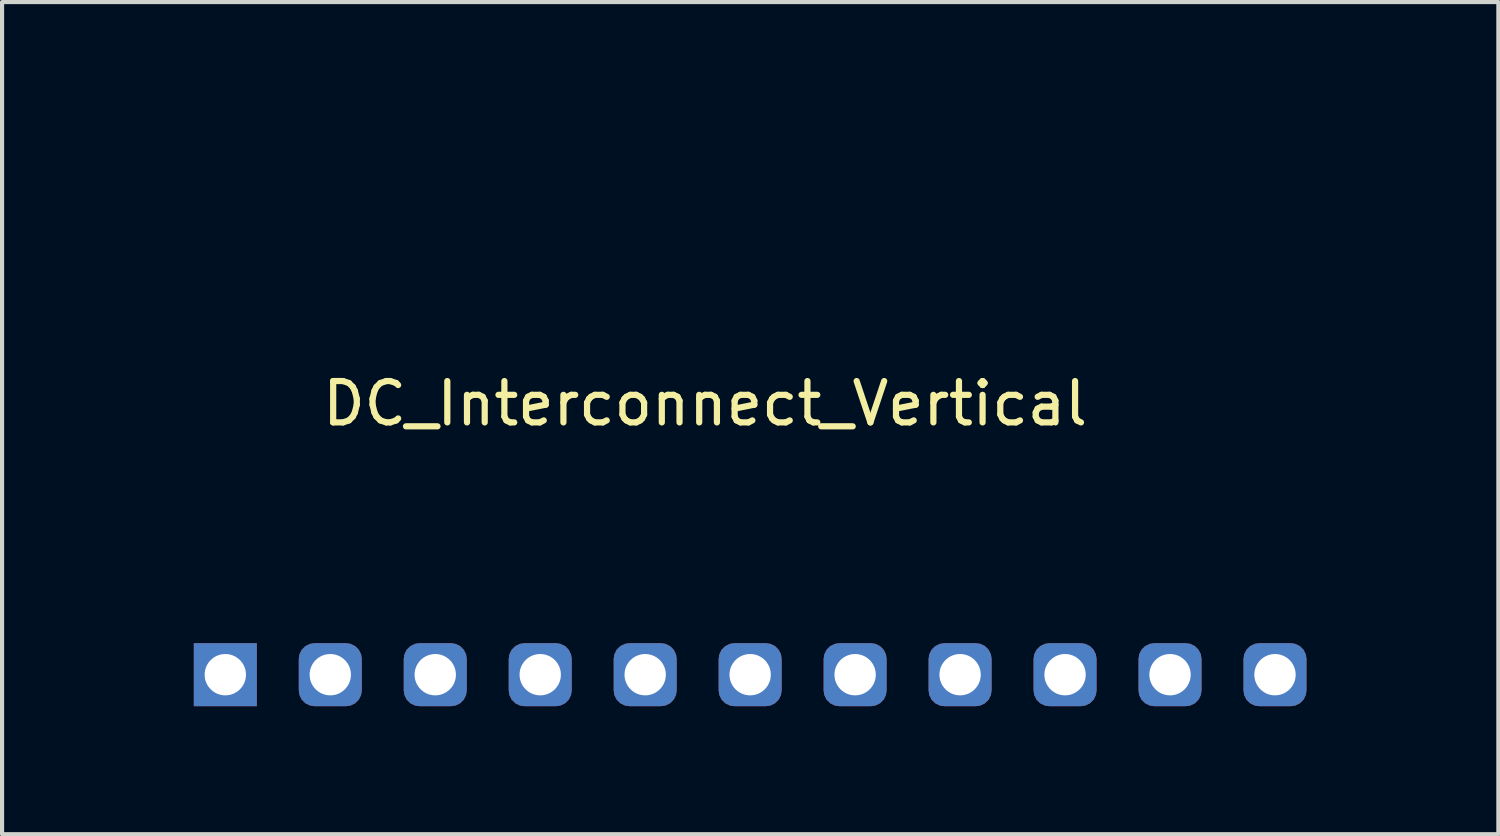
<source format=kicad_pcb>
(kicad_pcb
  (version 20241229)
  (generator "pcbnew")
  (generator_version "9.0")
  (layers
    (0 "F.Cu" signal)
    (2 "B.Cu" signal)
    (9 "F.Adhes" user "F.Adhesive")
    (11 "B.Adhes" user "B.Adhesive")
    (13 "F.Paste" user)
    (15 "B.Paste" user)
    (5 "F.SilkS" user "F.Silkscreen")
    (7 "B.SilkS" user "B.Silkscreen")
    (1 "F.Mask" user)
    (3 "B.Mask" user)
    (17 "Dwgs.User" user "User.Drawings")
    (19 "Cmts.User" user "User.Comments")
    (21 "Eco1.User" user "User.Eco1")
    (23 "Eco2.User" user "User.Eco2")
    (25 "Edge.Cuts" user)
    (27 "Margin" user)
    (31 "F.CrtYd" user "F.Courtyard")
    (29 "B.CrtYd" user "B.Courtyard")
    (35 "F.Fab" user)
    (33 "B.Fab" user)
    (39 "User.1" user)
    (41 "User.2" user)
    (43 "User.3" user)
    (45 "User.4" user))
  (footprint "DC_Interconnect_Vertical"
    (layer "F.Cu")
    (at 14.012 7.216)
    (property "Reference" "DC_Interconnect_Vertical" (at 0 -0.5 0) (unlocked yes) (layer "F.SilkS") (effects (font (size 1 1) (thickness 0.15))))
    (attr through_hole)
    (fp_poly (pts (xy 4.933 -3.451) (xy 3.941 -3.451) (xy 3.941 -4.729) (xy 2.562 -4.729) (xy 2.193 -4.729) (xy 0.596 -4.729) (xy 0.226 -4.729) (xy -1.371 -4.729) (xy -1.758 -4.729) (xy -3.338 -4.729) (xy -3.724 -4.729) (xy -5.305 -4.729) (xy -5.691 -4.729) (xy -7.288 -4.729) (xy -7.658 -4.729) (xy -9.255 -4.729) (xy -9.625 -4.729) (xy -11.222 -4.729) (xy -11.592 -4.729) (xy -11.592 -5.25) (xy -11.222 -5.25) (xy -11.222 -4.729) (xy -9.625 -4.729) (xy -9.625 -5.25) (xy -9.255 -5.25) (xy -9.255 -4.729) (xy -7.658 -4.729) (xy -7.658 -5.25) (xy -7.288 -5.25) (xy -7.288 -4.729) (xy -5.691 -4.729) (xy -5.691 -5.25) (xy -5.305 -5.25) (xy -5.305 -4.729) (xy -3.724 -4.729) (xy -3.724 -5.25) (xy -3.338 -5.25) (xy -3.338 -4.729) (xy -1.758 -4.729) (xy -1.758 -5.25) (xy -1.371 -5.25) (xy -1.371 -4.729) (xy 0.226 -4.729) (xy 0.226 -5.25) (xy 0.596 -5.25) (xy 0.596 -4.729) (xy 2.193 -4.729) (xy 2.193 -5.25) (xy 2.562 -5.25) (xy 2.562 -4.729) (xy 3.941 -4.729) (xy 3.941 -7.166) (xy -13.962 -7.166) (xy -13.962 6.87) (xy 16.145 6.87) (xy 16.145 6.071) (xy 14.025 6.071) (xy 14.008 6.157) (xy 13.997 6.181) (xy 13.95 6.24) (xy 13.884 6.28) (xy 13.806 6.297) (xy 13.726 6.291) (xy 13.655 6.26) (xy 13.596 6.202) (xy 13.561 6.13) (xy 13.556 6.092) (xy 11.487 6.092) (xy 11.46 6.176) (xy 11.458 6.18) (xy 11.408 6.241) (xy 11.338 6.281) (xy 11.259 6.298) (xy 11.178 6.289) (xy 11.124 6.266) (xy 11.058 6.21) (xy 11.021 6.139) (xy 11.012 6.066) (xy 11.012 6.064) (xy 8.95 6.064) (xy 8.935 6.145) (xy 8.894 6.213) (xy 8.834 6.263) (xy 8.761 6.293) (xy 8.681 6.299) (xy 8.601 6.275) (xy 8.598 6.274) (xy 8.528 6.221) (xy 8.485 6.15) (xy 8.474 6.093) (xy 6.408 6.093) (xy 6.381 6.175) (xy 6.331 6.239) (xy 6.262 6.281) (xy 6.183 6.299) (xy 6.102 6.29) (xy 6.047 6.266) (xy 5.978 6.207) (xy 5.939 6.133) (xy 5.931 6.059) (xy 3.873 6.059) (xy 3.86 6.13) (xy 3.827 6.198) (xy 3.781 6.253) (xy 3.754 6.271) (xy 3.679 6.294) (xy 3.598 6.294) (xy 3.522 6.274) (xy 3.47 6.24) (xy 3.418 6.17) (xy 3.393 6.092) (xy 3.395 6.021) (xy 1.328 6.021) (xy 1.326 6.107) (xy 1.297 6.182) (xy 1.246 6.241) (xy 1.178 6.28) (xy 1.099 6.297) (xy 1.014 6.287) (xy 0.97 6.271) (xy 0.918 6.229) (xy 0.876 6.167) (xy 0.852 6.094) (xy 0.852 6.093) (xy -1.209 6.093) (xy -1.237 6.176) (xy -1.29 6.24) (xy -1.359 6.281) (xy -1.44 6.298) (xy -1.527 6.287) (xy -1.567 6.271) (xy -1.626 6.226) (xy -1.666 6.16) (xy -1.686 6.083) (xy -1.684 6.044) (xy -3.75 6.044) (xy -3.756 6.124) (xy -3.785 6.194) (xy -3.841 6.251) (xy -3.914 6.286) (xy -3.996 6.297) (xy -4.079 6.282) (xy -4.11 6.268) (xy -4.173 6.217) (xy -4.212 6.147) (xy -4.225 6.076) (xy -6.291 6.076) (xy -6.301 6.147) (xy -6.319 6.188) (xy -6.378 6.249) (xy -6.454 6.286) (xy -6.538 6.297) (xy -6.623 6.28) (xy -6.648 6.268) (xy -6.71 6.218) (xy -6.749 6.151) (xy -6.765 6.075) (xy -6.763 6.052) (xy -8.831 6.052) (xy -8.844 6.141) (xy -8.882 6.213) (xy -8.942 6.265) (xy -9.017 6.294) (xy -9.102 6.296) (xy -9.18 6.274) (xy -9.242 6.232) (xy -9.283 6.171) (xy -9.303 6.097) (xy -9.302 6.054) (xy -11.373 6.054) (xy -11.387 6.147) (xy -11.426 6.22) (xy -11.488 6.271) (xy -11.57 6.296) (xy -11.608 6.299) (xy -11.681 6.289) (xy -11.738 6.266) (xy -11.797 6.212) (xy -11.832 6.142) (xy -11.844 6.064) (xy -11.832 5.984) (xy -11.797 5.912) (xy -11.739 5.854) (xy -11.735 5.852) (xy -11.691 5.834) (xy -11.632 5.824) (xy -11.612 5.823) (xy -11.521 5.835) (xy -11.449 5.874) (xy -11.399 5.935) (xy -11.375 6.018) (xy -11.373 6.054) (xy -9.302 6.054) (xy -9.301 6.02) (xy -9.278 5.945) (xy -9.232 5.881) (xy -9.197 5.852) (xy -9.153 5.834) (xy -9.094 5.824) (xy -9.074 5.823) (xy -8.983 5.836) (xy -8.91 5.875) (xy -8.859 5.937) (xy -8.833 6.018) (xy -8.831 6.052) (xy -6.763 6.052) (xy -6.758 5.998) (xy -6.729 5.927) (xy -6.677 5.869) (xy -6.641 5.846) (xy -6.562 5.824) (xy -6.48 5.827) (xy -6.405 5.852) (xy -6.344 5.898) (xy -6.319 5.933) (xy -6.297 6) (xy -6.291 6.076) (xy -4.225 6.076) (xy -4.227 6.066) (xy -4.214 5.982) (xy -4.199 5.946) (xy -4.15 5.883) (xy -4.081 5.842) (xy -4.001 5.824) (xy -3.917 5.831) (xy -3.862 5.852) (xy -3.804 5.899) (xy -3.766 5.966) (xy -3.75 6.044) (xy -1.684 6.044) (xy -1.683 6.003) (xy -1.655 5.929) (xy -1.65 5.921) (xy -1.597 5.868) (xy -1.524 5.835) (xy -1.442 5.824) (xy -1.36 5.836) (xy -1.323 5.852) (xy -1.272 5.895) (xy -1.232 5.959) (xy -1.21 6.032) (xy -1.209 6.093) (xy 0.852 6.093) (xy 0.848 6.059) (xy 0.861 5.976) (xy 0.897 5.911) (xy 0.951 5.863) (xy 1.016 5.834) (xy 1.088 5.823) (xy 1.159 5.832) (xy 1.225 5.86) (xy 1.28 5.908) (xy 1.317 5.976) (xy 1.328 6.021) (xy 3.395 6.021) (xy 3.395 6.014) (xy 3.421 5.94) (xy 3.471 5.879) (xy 3.542 5.837) (xy 3.565 5.83) (xy 3.652 5.822) (xy 3.731 5.842) (xy 3.799 5.886) (xy 3.847 5.949) (xy 3.872 6.028) (xy 3.873 6.059) (xy 5.931 6.059) (xy 5.93 6.05) (xy 5.954 5.96) (xy 5.955 5.958) (xy 6.003 5.885) (xy 6.07 5.84) (xy 6.156 5.823) (xy 6.168 5.823) (xy 6.256 5.837) (xy 6.327 5.877) (xy 6.378 5.937) (xy 6.406 6.011) (xy 6.408 6.093) (xy 8.474 6.093) (xy 8.47 6.068) (xy 8.484 5.98) (xy 8.494 5.956) (xy 8.539 5.888) (xy 8.6 5.844) (xy 8.67 5.823) (xy 8.743 5.825) (xy 8.813 5.847) (xy 8.874 5.888) (xy 8.921 5.947) (xy 8.947 6.022) (xy 8.95 6.064) (xy 11.012 6.064) (xy 11.026 5.973) (xy 11.065 5.9) (xy 11.127 5.849) (xy 11.209 5.825) (xy 11.245 5.822) (xy 11.333 5.837) (xy 11.404 5.877) (xy 11.456 5.936) (xy 11.485 6.01) (xy 11.487 6.092) (xy 13.556 6.092) (xy 13.551 6.051) (xy 13.565 5.973) (xy 13.604 5.903) (xy 13.663 5.852) (xy 13.725 5.83) (xy 13.799 5.823) (xy 13.871 5.832) (xy 13.918 5.852) (xy 13.979 5.91) (xy 14.015 5.986) (xy 14.025 6.071) (xy 16.145 6.071) (xy 16.145 4.029) (xy 13.254 4.029) (xy 12.766 4.029) (xy 11.253 4.029) (xy 10.766 4.029) (xy 9.253 4.029) (xy 8.765 4.029) (xy 8.765 3.744) (xy 9.253 3.744) (xy 9.253 4.029) (xy 10.766 4.029) (xy 10.766 3.744) (xy 11.253 3.744) (xy 11.253 4.029) (xy 12.766 4.029) (xy 12.766 3.744) (xy 13.254 3.744) (xy 13.254 4.029) (xy 16.145 4.029) (xy 16.145 3.012) (xy 16.002 3.018) (xy 15.859 3.023) (xy 15.859 2.623) (xy 6.16 2.623) (xy 6.159 2.732) (xy 6.158 2.83) (xy 6.156 2.911) (xy 6.153 2.971) (xy 6.15 3.004) (xy 6.149 3.009) (xy 6.129 3.014) (xy 6.081 3.017) (xy 6.014 3.02) (xy 5.932 3.021) (xy 5.913 3.021) (xy 5.689 3.021) (xy 5.689 2.247) (xy 6.16 2.247) (xy 6.16 2.623) (xy 15.859 2.623) (xy 15.859 2.247) (xy 16.145 2.247) (xy 16.145 1.525) (xy 13.254 1.525) (xy 12.766 1.525) (xy 11.253 1.525) (xy 10.766 1.525) (xy 9.253 1.525) (xy 8.765 1.525) (xy 8.765 1.239) (xy 9.253 1.239) (xy 9.253 1.525) (xy 10.766 1.525) (xy 10.766 1.239) (xy 11.253 1.239) (xy 11.253 1.525) (xy 12.766 1.525) (xy 12.766 1.239) (xy 13.254 1.239) (xy 13.254 1.525) (xy 16.145 1.525) (xy 16.145 -2.14) (xy 1.587 -2.14) (xy 1.201 -2.14) (xy -0.379 -2.14) (xy -0.766 -2.14) (xy -2.363 -2.14) (xy -2.733 -2.14) (xy -4.33 -2.14) (xy -4.699 -2.14) (xy -6.296 -2.14) (xy -6.683 -2.14) (xy -8.263 -2.14) (xy -8.65 -2.14) (xy -10.23 -2.14) (xy -10.617 -2.14) (xy -12.197 -2.14) (xy -12.583 -2.14) (xy -12.583 -2.644) (xy -12.197 -2.644) (xy -12.197 -2.14) (xy -10.617 -2.14) (xy -10.617 -2.644) (xy -10.23 -2.644) (xy -10.23 -2.14) (xy -8.65 -2.14) (xy -8.65 -2.644) (xy -8.263 -2.644) (xy -8.263 -2.14) (xy -6.683 -2.14) (xy -6.683 -2.644) (xy -6.296 -2.644) (xy -6.296 -2.14) (xy -4.699 -2.14) (xy -4.699 -2.644) (xy -4.33 -2.644) (xy -4.33 -2.14) (xy -2.733 -2.14) (xy -2.733 -2.644) (xy -2.363 -2.644) (xy -2.363 -2.14) (xy -0.766 -2.14) (xy -0.766 -2.644) (xy -0.379 -2.644) (xy -0.379 -2.14) (xy 1.201 -2.14) (xy 1.201 -2.644) (xy 1.587 -2.644) (xy 1.587 -2.14) (xy 16.145 -2.14) (xy 16.145 -3.199) (xy 13.254 -3.199) (xy 12.766 -3.199) (xy 11.253 -3.199) (xy 10.766 -3.199) (xy 9.253 -3.199) (xy 8.765 -3.199) (xy 8.765 -3.485) (xy 9.253 -3.485) (xy 9.253 -3.199) (xy 10.766 -3.199) (xy 10.766 -3.485) (xy 11.253 -3.485) (xy 11.253 -3.199) (xy 12.766 -3.199) (xy 12.766 -3.485) (xy 13.254 -3.485) (xy 13.254 -3.199) (xy 16.145 -3.199) (xy 16.145 -4.208) (xy 15.859 -4.208) (xy 6.16 -4.208) (xy 5.689 -4.208) (xy 5.689 -4.964) (xy 6.16 -4.964) (xy 6.16 -4.208) (xy 15.859 -4.208) (xy 15.859 -4.964) (xy 16.145 -4.964) (xy 16.145 -5.704) (xy 13.254 -5.704) (xy 12.766 -5.704) (xy 11.253 -5.704) (xy 10.766 -5.704) (xy 9.253 -5.704) (xy 8.765 -5.704) (xy 8.765 -5.973) (xy 9.253 -5.973) (xy 9.253 -5.704) (xy 10.766 -5.704) (xy 10.766 -5.973) (xy 11.253 -5.973) (xy 11.253 -5.704) (xy 12.766 -5.704) (xy 12.766 -5.973) (xy 13.254 -5.973) (xy 13.254 -5.704) (xy 16.145 -5.704) (xy 16.145 -7.166) (xy 4.933 -7.166)) (stroke (width 0.1) (type solid)) (fill no) (layer "Eco1.User"))
    (pad "1" thru_hole rect (at -11.61 6.06) (size 1.524 1.524) (drill 1) (layers "*.Cu" "*.Mask"))
    (pad "2" thru_hole roundrect (at -9.07 6.06) (size 1.524 1.524) (drill 1) (layers "*.Cu" "*.Mask") (roundrect_rratio 0.25))
    (pad "3" thru_hole roundrect (at -6.53 6.06) (size 1.524 1.524) (drill 1) (layers "*.Cu" "*.Mask") (roundrect_rratio 0.25))
    (pad "4" thru_hole roundrect (at 8.71 6.06) (size 1.524 1.524) (drill 1) (layers "*.Cu" "*.Mask") (roundrect_rratio 0.25))
    (pad "5" thru_hole roundrect (at 11.25 6.06) (size 1.524 1.524) (drill 1) (layers "*.Cu" "*.Mask") (roundrect_rratio 0.25))
    (pad "6" thru_hole roundrect (at 1.09 6.06) (size 1.524 1.524) (drill 1) (layers "*.Cu" "*.Mask") (roundrect_rratio 0.25))
    (pad "7" thru_hole roundrect (at 3.63 6.06) (size 1.524 1.524) (drill 1) (layers "*.Cu" "*.Mask") (roundrect_rratio 0.25))
    (pad "8" thru_hole roundrect (at -3.99 6.06) (size 1.524 1.524) (drill 1) (layers "*.Cu" "*.Mask") (roundrect_rratio 0.25))
    (pad "8" thru_hole roundrect (at 6.17 6.06) (size 1.524 1.524) (drill 1) (layers "*.Cu" "*.Mask") (roundrect_rratio 0.25))
    (pad "8" thru_hole roundrect (at 13.79 6.06) (size 1.524 1.524) (drill 1) (layers "*.Cu" "*.Mask") (roundrect_rratio 0.25))
    (pad "9" thru_hole roundrect (at -1.45 6.06) (size 1.524 1.524) (drill 1) (layers "*.Cu" "*.Mask") (roundrect_rratio 0.25)))
  (gr_rect
    (start -3 -3)
    (end 33.207 17.136)
    (stroke (width 0.1) (type default))
    (fill no)
    (layer "Edge.Cuts")))
</source>
